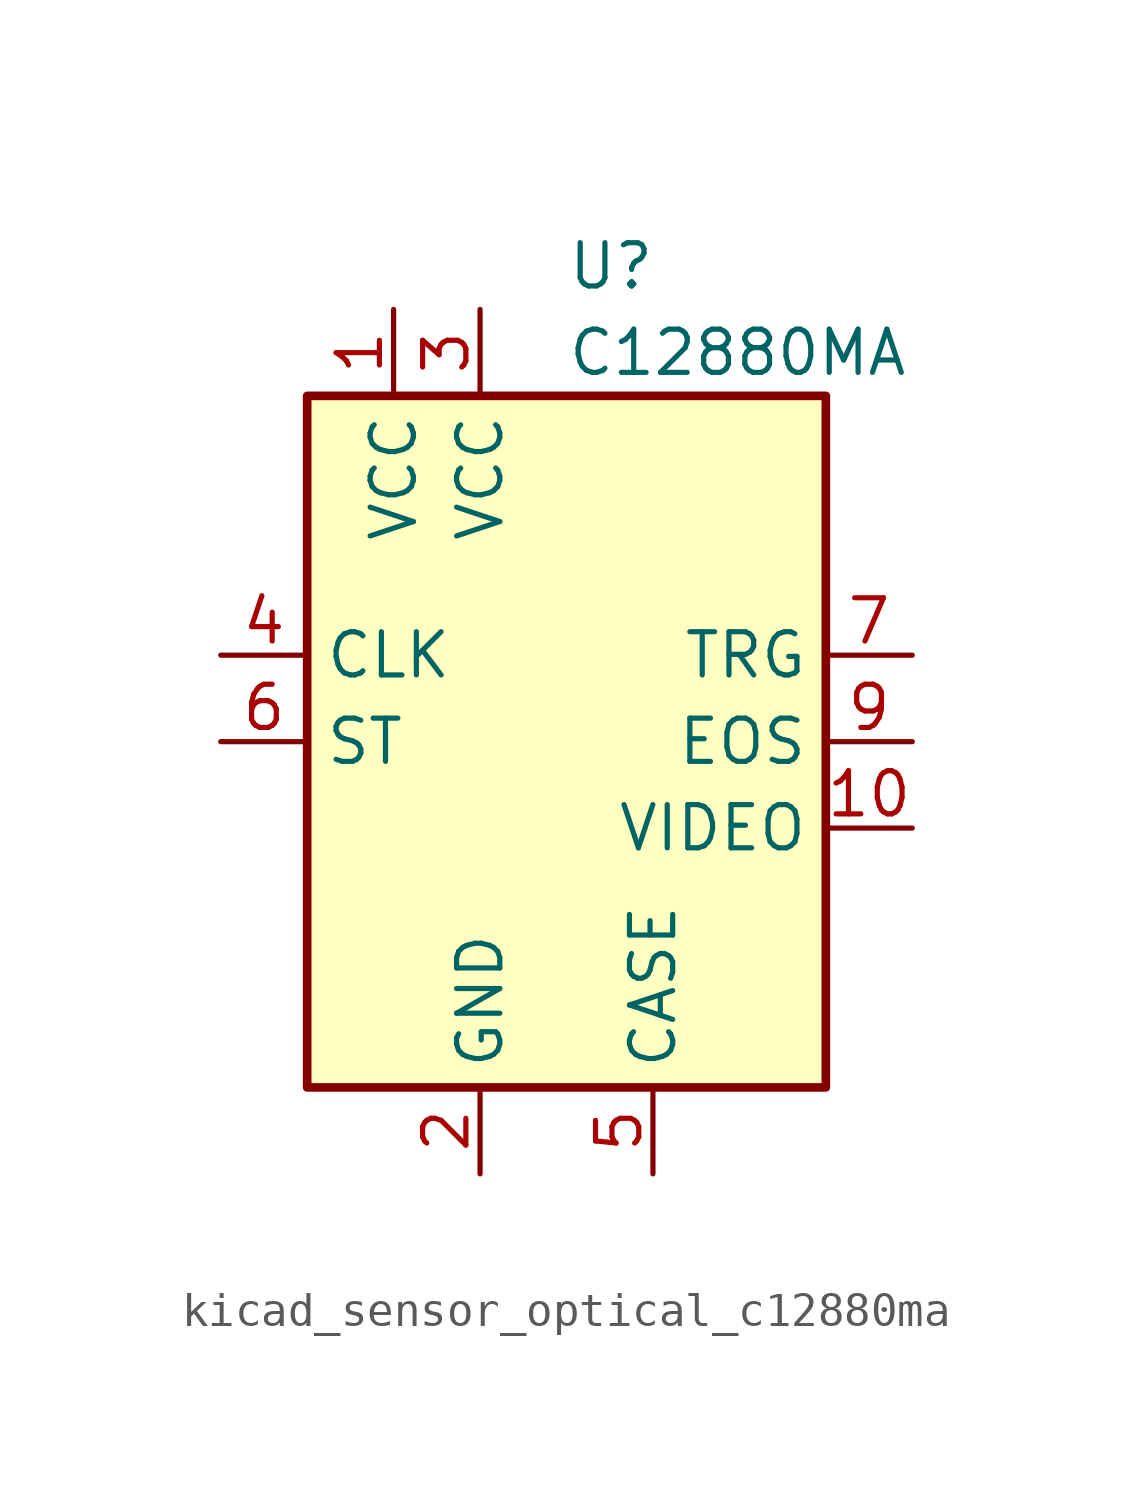
<source format=kicad_sym>
(kicad_symbol_lib
  (version 20220914)
  (generator kicad_symbol_editor)
  (symbol "kicad_sensor_optical_c12880ma"
    (property "Reference" "U"
      (at 0 13.97 0)
      (effects (font (size 1.27 1.27)) (justify left)))
    (property "Value" "C12880MA"
      (at 0 11.43 0)
      (effects (font (size 1.27 1.27)) (justify left)))
    (symbol "kicad_sensor_optical_c12880ma_0_1"
      (rectangle (start -7.62 10.16) (end 7.62 -10.16) (stroke (width 0.254) (type default)) (fill (type background))))
    (symbol "kicad_sensor_optical_c12880ma_1_1"
      (pin power_in line (at -5.08 12.7 270) (length 2.54) (name "VCC" (effects (font (size 1.27 1.27)))) (number "1" (effects (font (size 1.27 1.27)))))
      (pin output line (at 10.16 -2.54 180) (length 2.54) (name "VIDEO" (effects (font (size 1.27 1.27)))) (number "10" (effects (font (size 1.27 1.27)))))
      (pin power_in line (at -2.54 -12.7 90) (length 2.54) (name "GND" (effects (font (size 1.27 1.27)))) (number "2" (effects (font (size 1.27 1.27)))))
      (pin power_in line (at -2.54 12.7 270) (length 2.54) (name "VCC" (effects (font (size 1.27 1.27)))) (number "3" (effects (font (size 1.27 1.27)))))
      (pin input line (at -10.16 2.54 0) (length 2.54) (name "CLK" (effects (font (size 1.27 1.27)))) (number "4" (effects (font (size 1.27 1.27)))))
      (pin passive line (at 2.54 -12.7 90) (length 2.54) (name "CASE" (effects (font (size 1.27 1.27)))) (number "5" (effects (font (size 1.27 1.27)))))
      (pin input line (at -10.16 0 0) (length 2.54) (name "ST" (effects (font (size 1.27 1.27)))) (number "6" (effects (font (size 1.27 1.27)))))
      (pin output line (at 10.16 2.54 180) (length 2.54) (name "TRG" (effects (font (size 1.27 1.27)))) (number "7" (effects (font (size 1.27 1.27)))))
      (pin no_connect line (at -7.62 -2.54 0) (length 2.54) hide (name "NC" (effects (font (size 1.27 1.27)))) (number "8" (effects (font (size 1.27 1.27)))))
      (pin output line (at 10.16 0 180) (length 2.54) (name "EOS" (effects (font (size 1.27 1.27)))) (number "9" (effects (font (size 1.27 1.27))))))))
</source>
